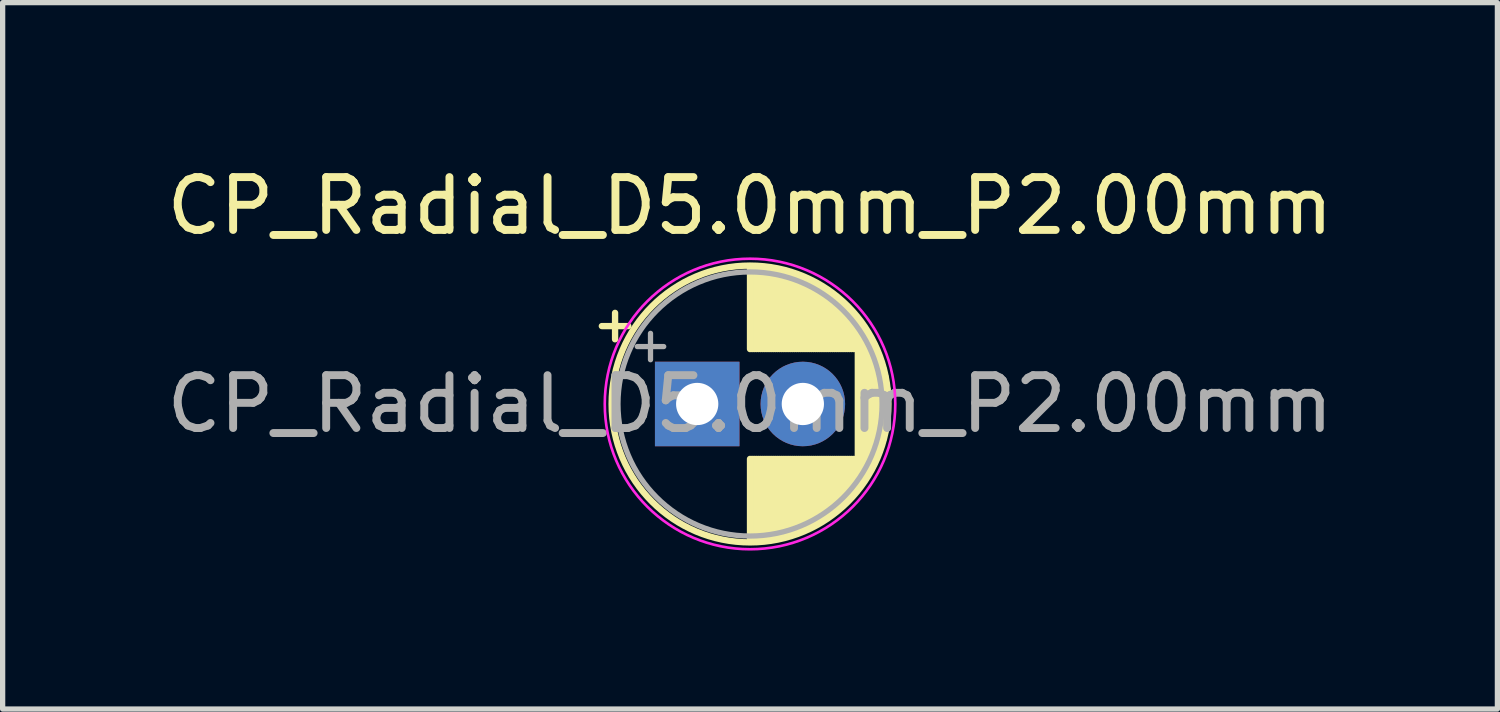
<source format=kicad_pcb>
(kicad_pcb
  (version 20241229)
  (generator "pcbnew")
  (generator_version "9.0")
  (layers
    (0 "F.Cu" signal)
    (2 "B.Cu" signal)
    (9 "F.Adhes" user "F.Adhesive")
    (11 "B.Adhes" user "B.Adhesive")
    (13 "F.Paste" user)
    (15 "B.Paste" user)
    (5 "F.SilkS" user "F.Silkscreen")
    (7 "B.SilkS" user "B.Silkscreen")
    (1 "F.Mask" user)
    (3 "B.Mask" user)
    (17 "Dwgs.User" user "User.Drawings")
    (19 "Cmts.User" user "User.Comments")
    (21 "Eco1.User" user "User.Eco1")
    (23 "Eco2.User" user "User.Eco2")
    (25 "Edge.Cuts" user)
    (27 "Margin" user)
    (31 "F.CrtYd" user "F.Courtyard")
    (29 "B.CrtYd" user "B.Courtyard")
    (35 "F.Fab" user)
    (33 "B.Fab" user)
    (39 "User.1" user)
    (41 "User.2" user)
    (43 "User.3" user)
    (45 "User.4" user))
  (footprint "CP_Radial_D5.0mm_P2.00mm"
    (layer "F.Cu")
    (at 11.149 4.598)
    (property "Reference" "CP_Radial_D5.0mm_P2.00mm" (at 0 -3.75 0) (layer "F.SilkS") (effects (font (size 1 1) (thickness 0.15))))
    (attr through_hole)
    (fp_line (start -2.805 -1.475) (end -2.305 -1.475) (stroke (width 0.12) (type solid)) (layer "F.SilkS"))
    (fp_line (start -2.555 -1.725) (end -2.555 -1.225) (stroke (width 0.12) (type solid)) (layer "F.SilkS"))
    (fp_line (start 0 -2.58) (end 0 -1.04) (stroke (width 0.12) (type solid)) (layer "F.SilkS"))
    (fp_line (start 0 1.04) (end 0 2.58) (stroke (width 0.12) (type solid)) (layer "F.SilkS"))
    (fp_line (start 0.04 -2.58) (end 0.04 -1.04) (stroke (width 0.12) (type solid)) (layer "F.SilkS"))
    (fp_line (start 0.04 1.04) (end 0.04 2.58) (stroke (width 0.12) (type solid)) (layer "F.SilkS"))
    (fp_line (start 0.08 -2.579) (end 0.08 -1.04) (stroke (width 0.12) (type solid)) (layer "F.SilkS"))
    (fp_line (start 0.08 1.04) (end 0.08 2.579) (stroke (width 0.12) (type solid)) (layer "F.SilkS"))
    (fp_line (start 0.12 -2.578) (end 0.12 -1.04) (stroke (width 0.12) (type solid)) (layer "F.SilkS"))
    (fp_line (start 0.12 1.04) (end 0.12 2.578) (stroke (width 0.12) (type solid)) (layer "F.SilkS"))
    (fp_line (start 0.16 -2.576) (end 0.16 -1.04) (stroke (width 0.12) (type solid)) (layer "F.SilkS"))
    (fp_line (start 0.16 1.04) (end 0.16 2.576) (stroke (width 0.12) (type solid)) (layer "F.SilkS"))
    (fp_line (start 0.2 -2.573) (end 0.2 -1.04) (stroke (width 0.12) (type solid)) (layer "F.SilkS"))
    (fp_line (start 0.2 1.04) (end 0.2 2.573) (stroke (width 0.12) (type solid)) (layer "F.SilkS"))
    (fp_line (start 0.24 -2.569) (end 0.24 -1.04) (stroke (width 0.12) (type solid)) (layer "F.SilkS"))
    (fp_line (start 0.24 1.04) (end 0.24 2.569) (stroke (width 0.12) (type solid)) (layer "F.SilkS"))
    (fp_line (start 0.28 -2.565) (end 0.28 -1.04) (stroke (width 0.12) (type solid)) (layer "F.SilkS"))
    (fp_line (start 0.28 1.04) (end 0.28 2.565) (stroke (width 0.12) (type solid)) (layer "F.SilkS"))
    (fp_line (start 0.32 -2.561) (end 0.32 -1.04) (stroke (width 0.12) (type solid)) (layer "F.SilkS"))
    (fp_line (start 0.32 1.04) (end 0.32 2.561) (stroke (width 0.12) (type solid)) (layer "F.SilkS"))
    (fp_line (start 0.36 -2.556) (end 0.36 -1.04) (stroke (width 0.12) (type solid)) (layer "F.SilkS"))
    (fp_line (start 0.36 1.04) (end 0.36 2.556) (stroke (width 0.12) (type solid)) (layer "F.SilkS"))
    (fp_line (start 0.4 -2.55) (end 0.4 -1.04) (stroke (width 0.12) (type solid)) (layer "F.SilkS"))
    (fp_line (start 0.4 1.04) (end 0.4 2.55) (stroke (width 0.12) (type solid)) (layer "F.SilkS"))
    (fp_line (start 0.44 -2.543) (end 0.44 -1.04) (stroke (width 0.12) (type solid)) (layer "F.SilkS"))
    (fp_line (start 0.44 1.04) (end 0.44 2.543) (stroke (width 0.12) (type solid)) (layer "F.SilkS"))
    (fp_line (start 0.48 -2.536) (end 0.48 -1.04) (stroke (width 0.12) (type solid)) (layer "F.SilkS"))
    (fp_line (start 0.48 1.04) (end 0.48 2.536) (stroke (width 0.12) (type solid)) (layer "F.SilkS"))
    (fp_line (start 0.52 -2.528) (end 0.52 -1.04) (stroke (width 0.12) (type solid)) (layer "F.SilkS"))
    (fp_line (start 0.52 1.04) (end 0.52 2.528) (stroke (width 0.12) (type solid)) (layer "F.SilkS"))
    (fp_line (start 0.56 -2.52) (end 0.56 -1.04) (stroke (width 0.12) (type solid)) (layer "F.SilkS"))
    (fp_line (start 0.56 1.04) (end 0.56 2.52) (stroke (width 0.12) (type solid)) (layer "F.SilkS"))
    (fp_line (start 0.6 -2.511) (end 0.6 -1.04) (stroke (width 0.12) (type solid)) (layer "F.SilkS"))
    (fp_line (start 0.6 1.04) (end 0.6 2.511) (stroke (width 0.12) (type solid)) (layer "F.SilkS"))
    (fp_line (start 0.64 -2.501) (end 0.64 -1.04) (stroke (width 0.12) (type solid)) (layer "F.SilkS"))
    (fp_line (start 0.64 1.04) (end 0.64 2.501) (stroke (width 0.12) (type solid)) (layer "F.SilkS"))
    (fp_line (start 0.68 -2.491) (end 0.68 -1.04) (stroke (width 0.12) (type solid)) (layer "F.SilkS"))
    (fp_line (start 0.68 1.04) (end 0.68 2.491) (stroke (width 0.12) (type solid)) (layer "F.SilkS"))
    (fp_line (start 0.721 -2.48) (end 0.721 -1.04) (stroke (width 0.12) (type solid)) (layer "F.SilkS"))
    (fp_line (start 0.721 1.04) (end 0.721 2.48) (stroke (width 0.12) (type solid)) (layer "F.SilkS"))
    (fp_line (start 0.761 -2.468) (end 0.761 -1.04) (stroke (width 0.12) (type solid)) (layer "F.SilkS"))
    (fp_line (start 0.761 1.04) (end 0.761 2.468) (stroke (width 0.12) (type solid)) (layer "F.SilkS"))
    (fp_line (start 0.801 -2.455) (end 0.801 -1.04) (stroke (width 0.12) (type solid)) (layer "F.SilkS"))
    (fp_line (start 0.801 1.04) (end 0.801 2.455) (stroke (width 0.12) (type solid)) (layer "F.SilkS"))
    (fp_line (start 0.841 -2.442) (end 0.841 -1.04) (stroke (width 0.12) (type solid)) (layer "F.SilkS"))
    (fp_line (start 0.841 1.04) (end 0.841 2.442) (stroke (width 0.12) (type solid)) (layer "F.SilkS"))
    (fp_line (start 0.881 -2.428) (end 0.881 -1.04) (stroke (width 0.12) (type solid)) (layer "F.SilkS"))
    (fp_line (start 0.881 1.04) (end 0.881 2.428) (stroke (width 0.12) (type solid)) (layer "F.SilkS"))
    (fp_line (start 0.921 -2.414) (end 0.921 -1.04) (stroke (width 0.12) (type solid)) (layer "F.SilkS"))
    (fp_line (start 0.921 1.04) (end 0.921 2.414) (stroke (width 0.12) (type solid)) (layer "F.SilkS"))
    (fp_line (start 0.961 -2.398) (end 0.961 -1.04) (stroke (width 0.12) (type solid)) (layer "F.SilkS"))
    (fp_line (start 0.961 1.04) (end 0.961 2.398) (stroke (width 0.12) (type solid)) (layer "F.SilkS"))
    (fp_line (start 1.001 -2.382) (end 1.001 -1.04) (stroke (width 0.12) (type solid)) (layer "F.SilkS"))
    (fp_line (start 1.001 1.04) (end 1.001 2.382) (stroke (width 0.12) (type solid)) (layer "F.SilkS"))
    (fp_line (start 1.041 -2.365) (end 1.041 -1.04) (stroke (width 0.12) (type solid)) (layer "F.SilkS"))
    (fp_line (start 1.041 1.04) (end 1.041 2.365) (stroke (width 0.12) (type solid)) (layer "F.SilkS"))
    (fp_line (start 1.081 -2.348) (end 1.081 -1.04) (stroke (width 0.12) (type solid)) (layer "F.SilkS"))
    (fp_line (start 1.081 1.04) (end 1.081 2.348) (stroke (width 0.12) (type solid)) (layer "F.SilkS"))
    (fp_line (start 1.121 -2.329) (end 1.121 -1.04) (stroke (width 0.12) (type solid)) (layer "F.SilkS"))
    (fp_line (start 1.121 1.04) (end 1.121 2.329) (stroke (width 0.12) (type solid)) (layer "F.SilkS"))
    (fp_line (start 1.161 -2.31) (end 1.161 -1.04) (stroke (width 0.12) (type solid)) (layer "F.SilkS"))
    (fp_line (start 1.161 1.04) (end 1.161 2.31) (stroke (width 0.12) (type solid)) (layer "F.SilkS"))
    (fp_line (start 1.201 -2.29) (end 1.201 -1.04) (stroke (width 0.12) (type solid)) (layer "F.SilkS"))
    (fp_line (start 1.201 1.04) (end 1.201 2.29) (stroke (width 0.12) (type solid)) (layer "F.SilkS"))
    (fp_line (start 1.241 -2.268) (end 1.241 -1.04) (stroke (width 0.12) (type solid)) (layer "F.SilkS"))
    (fp_line (start 1.241 1.04) (end 1.241 2.268) (stroke (width 0.12) (type solid)) (layer "F.SilkS"))
    (fp_line (start 1.281 -2.247) (end 1.281 -1.04) (stroke (width 0.12) (type solid)) (layer "F.SilkS"))
    (fp_line (start 1.281 1.04) (end 1.281 2.247) (stroke (width 0.12) (type solid)) (layer "F.SilkS"))
    (fp_line (start 1.321 -2.224) (end 1.321 -1.04) (stroke (width 0.12) (type solid)) (layer "F.SilkS"))
    (fp_line (start 1.321 1.04) (end 1.321 2.224) (stroke (width 0.12) (type solid)) (layer "F.SilkS"))
    (fp_line (start 1.361 -2.2) (end 1.361 -1.04) (stroke (width 0.12) (type solid)) (layer "F.SilkS"))
    (fp_line (start 1.361 1.04) (end 1.361 2.2) (stroke (width 0.12) (type solid)) (layer "F.SilkS"))
    (fp_line (start 1.401 -2.175) (end 1.401 -1.04) (stroke (width 0.12) (type solid)) (layer "F.SilkS"))
    (fp_line (start 1.401 1.04) (end 1.401 2.175) (stroke (width 0.12) (type solid)) (layer "F.SilkS"))
    (fp_line (start 1.441 -2.149) (end 1.441 -1.04) (stroke (width 0.12) (type solid)) (layer "F.SilkS"))
    (fp_line (start 1.441 1.04) (end 1.441 2.149) (stroke (width 0.12) (type solid)) (layer "F.SilkS"))
    (fp_line (start 1.481 -2.122) (end 1.481 -1.04) (stroke (width 0.12) (type solid)) (layer "F.SilkS"))
    (fp_line (start 1.481 1.04) (end 1.481 2.122) (stroke (width 0.12) (type solid)) (layer "F.SilkS"))
    (fp_line (start 1.521 -2.095) (end 1.521 -1.04) (stroke (width 0.12) (type solid)) (layer "F.SilkS"))
    (fp_line (start 1.521 1.04) (end 1.521 2.095) (stroke (width 0.12) (type solid)) (layer "F.SilkS"))
    (fp_line (start 1.561 -2.065) (end 1.561 -1.04) (stroke (width 0.12) (type solid)) (layer "F.SilkS"))
    (fp_line (start 1.561 1.04) (end 1.561 2.065) (stroke (width 0.12) (type solid)) (layer "F.SilkS"))
    (fp_line (start 1.601 -2.035) (end 1.601 -1.04) (stroke (width 0.12) (type solid)) (layer "F.SilkS"))
    (fp_line (start 1.601 1.04) (end 1.601 2.035) (stroke (width 0.12) (type solid)) (layer "F.SilkS"))
    (fp_line (start 1.641 -2.004) (end 1.641 -1.04) (stroke (width 0.12) (type solid)) (layer "F.SilkS"))
    (fp_line (start 1.641 1.04) (end 1.641 2.004) (stroke (width 0.12) (type solid)) (layer "F.SilkS"))
    (fp_line (start 1.681 -1.971) (end 1.681 -1.04) (stroke (width 0.12) (type solid)) (layer "F.SilkS"))
    (fp_line (start 1.681 1.04) (end 1.681 1.971) (stroke (width 0.12) (type solid)) (layer "F.SilkS"))
    (fp_line (start 1.721 -1.937) (end 1.721 -1.04) (stroke (width 0.12) (type solid)) (layer "F.SilkS"))
    (fp_line (start 1.721 1.04) (end 1.721 1.937) (stroke (width 0.12) (type solid)) (layer "F.SilkS"))
    (fp_line (start 1.761 -1.901) (end 1.761 -1.04) (stroke (width 0.12) (type solid)) (layer "F.SilkS"))
    (fp_line (start 1.761 1.04) (end 1.761 1.901) (stroke (width 0.12) (type solid)) (layer "F.SilkS"))
    (fp_line (start 1.801 -1.864) (end 1.801 -1.04) (stroke (width 0.12) (type solid)) (layer "F.SilkS"))
    (fp_line (start 1.801 1.04) (end 1.801 1.864) (stroke (width 0.12) (type solid)) (layer "F.SilkS"))
    (fp_line (start 1.841 -1.826) (end 1.841 -1.04) (stroke (width 0.12) (type solid)) (layer "F.SilkS"))
    (fp_line (start 1.841 1.04) (end 1.841 1.826) (stroke (width 0.12) (type solid)) (layer "F.SilkS"))
    (fp_line (start 1.881 -1.785) (end 1.881 -1.04) (stroke (width 0.12) (type solid)) (layer "F.SilkS"))
    (fp_line (start 1.881 1.04) (end 1.881 1.785) (stroke (width 0.12) (type solid)) (layer "F.SilkS"))
    (fp_line (start 1.921 -1.743) (end 1.921 -1.04) (stroke (width 0.12) (type solid)) (layer "F.SilkS"))
    (fp_line (start 1.921 1.04) (end 1.921 1.743) (stroke (width 0.12) (type solid)) (layer "F.SilkS"))
    (fp_line (start 1.961 -1.699) (end 1.961 -1.04) (stroke (width 0.12) (type solid)) (layer "F.SilkS"))
    (fp_line (start 1.961 1.04) (end 1.961 1.699) (stroke (width 0.12) (type solid)) (layer "F.SilkS"))
    (fp_line (start 2.001 -1.653) (end 2.001 -1.04) (stroke (width 0.12) (type solid)) (layer "F.SilkS"))
    (fp_line (start 2.001 1.04) (end 2.001 1.653) (stroke (width 0.12) (type solid)) (layer "F.SilkS"))
    (fp_line (start 2.041 -1.605) (end 2.041 1.605) (stroke (width 0.12) (type solid)) (layer "F.SilkS"))
    (fp_line (start 2.081 -1.554) (end 2.081 1.554) (stroke (width 0.12) (type solid)) (layer "F.SilkS"))
    (fp_line (start 2.121 -1.5) (end 2.121 1.5) (stroke (width 0.12) (type solid)) (layer "F.SilkS"))
    (fp_line (start 2.161 -1.443) (end 2.161 1.443) (stroke (width 0.12) (type solid)) (layer "F.SilkS"))
    (fp_line (start 2.201 -1.383) (end 2.201 1.383) (stroke (width 0.12) (type solid)) (layer "F.SilkS"))
    (fp_line (start 2.241 -1.319) (end 2.241 1.319) (stroke (width 0.12) (type solid)) (layer "F.SilkS"))
    (fp_line (start 2.281 -1.251) (end 2.281 1.251) (stroke (width 0.12) (type solid)) (layer "F.SilkS"))
    (fp_line (start 2.321 -1.178) (end 2.321 1.178) (stroke (width 0.12) (type solid)) (layer "F.SilkS"))
    (fp_line (start 2.361 -1.098) (end 2.361 1.098) (stroke (width 0.12) (type solid)) (layer "F.SilkS"))
    (fp_line (start 2.401 -1.011) (end 2.401 1.011) (stroke (width 0.12) (type solid)) (layer "F.SilkS"))
    (fp_line (start 2.441 -0.915) (end 2.441 0.915) (stroke (width 0.12) (type solid)) (layer "F.SilkS"))
    (fp_line (start 2.481 -0.805) (end 2.481 0.805) (stroke (width 0.12) (type solid)) (layer "F.SilkS"))
    (fp_line (start 2.521 -0.677) (end 2.521 0.677) (stroke (width 0.12) (type solid)) (layer "F.SilkS"))
    (fp_line (start 2.561 -0.518) (end 2.561 0.518) (stroke (width 0.12) (type solid)) (layer "F.SilkS"))
    (fp_line (start 2.601 -0.284) (end 2.601 0.284) (stroke (width 0.12) (type solid)) (layer "F.SilkS"))
    (fp_circle (center 0 0) (end 2.62 0) (stroke (width 0.12) (type solid)) (fill no) (layer "F.SilkS"))
    (fp_circle (center 0 0) (end 2.75 0) (stroke (width 0.05) (type solid)) (fill no) (layer "F.CrtYd"))
    (fp_line (start -2.134 -1.087) (end -1.634 -1.087) (stroke (width 0.1) (type solid)) (layer "F.Fab"))
    (fp_line (start -1.884 -1.337) (end -1.884 -0.838) (stroke (width 0.1) (type solid)) (layer "F.Fab"))
    (fp_circle (center 0 0) (end 2.5 0) (stroke (width 0.1) (type solid)) (fill no) (layer "F.Fab"))
    (fp_text user "${REFERENCE}" (at 0 0 0) (layer "F.Fab") (effects (font (size 1 1) (thickness 0.15))))
    (pad "1" thru_hole rect (at -1 0) (size 1.6 1.6) (drill 0.8) (layers "*.Cu" "*.Mask"))
    (pad "2" thru_hole circle (at 1 0) (size 1.6 1.6) (drill 0.8) (layers "*.Cu" "*.Mask")))
  (gr_rect
    (start -3 -3)
    (end 25.298 10.373)
    (stroke (width 0.1) (type default))
    (fill no)
    (layer "Edge.Cuts")))
</source>
